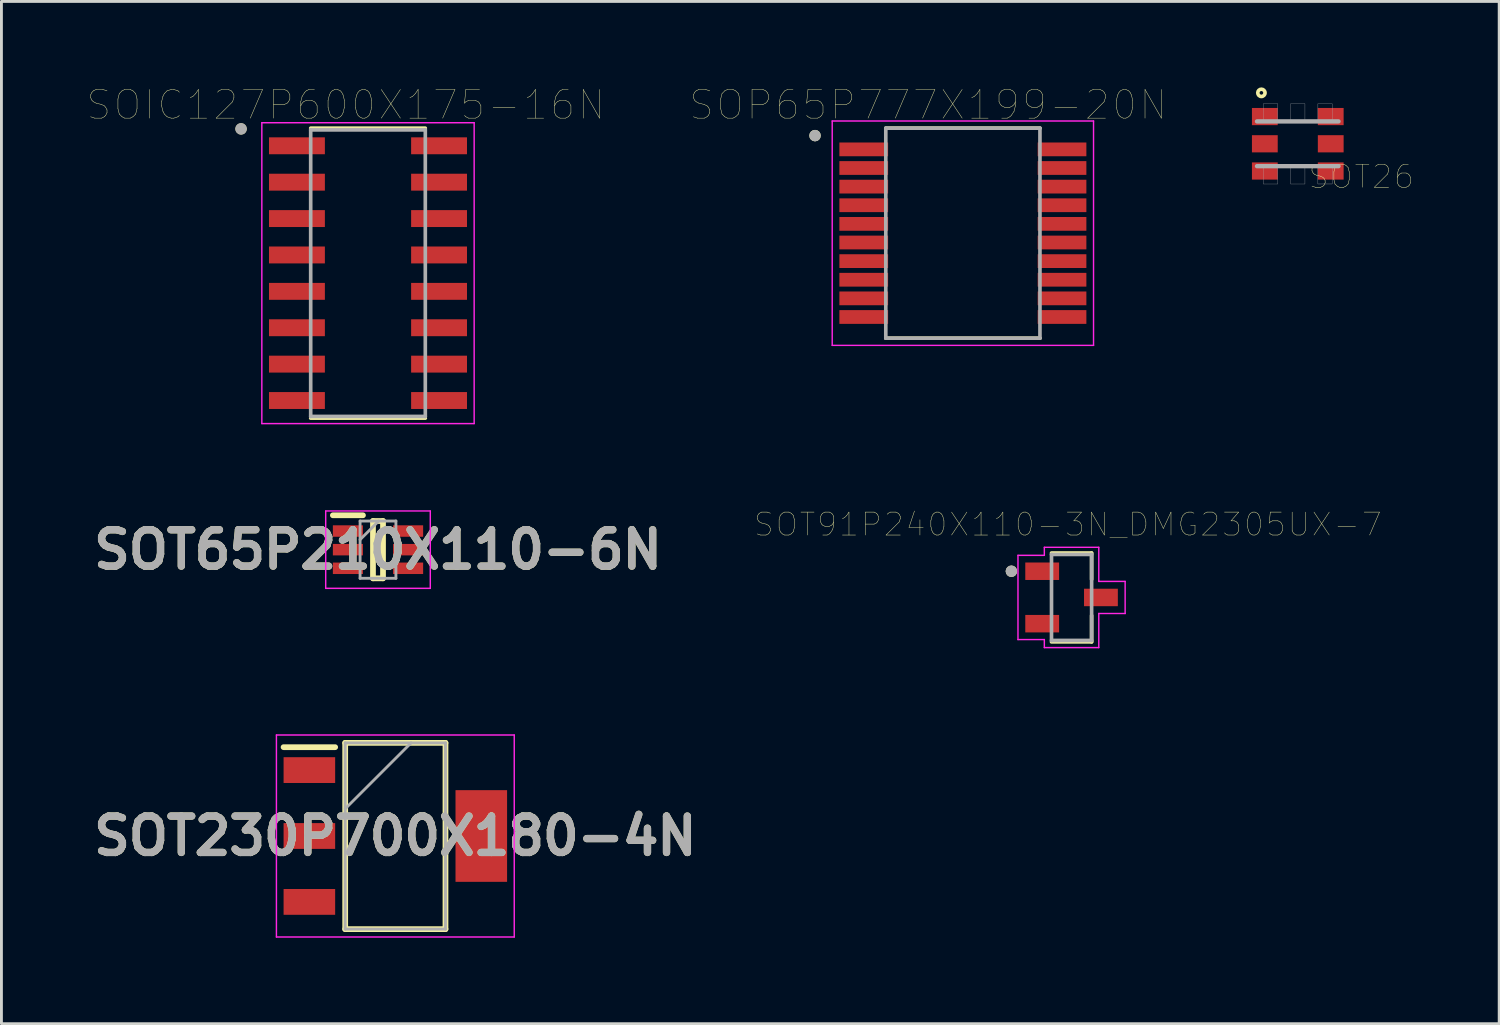
<source format=kicad_pcb>
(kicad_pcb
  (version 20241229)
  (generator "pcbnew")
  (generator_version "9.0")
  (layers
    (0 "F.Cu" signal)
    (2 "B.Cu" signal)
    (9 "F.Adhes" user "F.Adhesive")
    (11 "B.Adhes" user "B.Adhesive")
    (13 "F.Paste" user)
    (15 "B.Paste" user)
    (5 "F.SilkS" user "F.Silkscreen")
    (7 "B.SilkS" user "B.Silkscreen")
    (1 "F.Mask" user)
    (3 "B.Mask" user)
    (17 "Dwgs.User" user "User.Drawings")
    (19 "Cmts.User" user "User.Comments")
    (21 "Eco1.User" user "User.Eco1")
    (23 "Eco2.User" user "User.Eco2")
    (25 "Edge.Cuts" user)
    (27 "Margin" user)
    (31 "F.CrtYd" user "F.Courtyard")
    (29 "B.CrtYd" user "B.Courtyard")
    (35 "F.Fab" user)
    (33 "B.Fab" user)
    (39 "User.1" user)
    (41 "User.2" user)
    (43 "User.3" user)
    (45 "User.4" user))
  (footprint "SOT65P210X110-6N"
    (layer "F.Cu")
    (at 10.142 16.133)
    (property "Reference" "SOT65P210X110-6N" (at 0 0 0) (layer "F.SilkS") (effects (font (size 1.27 1.27) (thickness 0.254))))
    (attr smd)
    (fp_line (start -1.575 -1.2) (end -0.525 -1.2) (stroke (width 0.2) (type solid)) (layer "F.SilkS"))
    (fp_line (start -0.175 -1) (end 0.175 -1) (stroke (width 0.2) (type solid)) (layer "F.SilkS"))
    (fp_line (start -0.175 1) (end -0.175 -1) (stroke (width 0.2) (type solid)) (layer "F.SilkS"))
    (fp_line (start 0.175 -1) (end 0.175 1) (stroke (width 0.2) (type solid)) (layer "F.SilkS"))
    (fp_line (start 0.175 1) (end -0.175 1) (stroke (width 0.2) (type solid)) (layer "F.SilkS"))
    (fp_line (start -1.825 -1.35) (end 1.825 -1.35) (stroke (width 0.05) (type solid)) (layer "F.CrtYd"))
    (fp_line (start -1.825 1.35) (end -1.825 -1.35) (stroke (width 0.05) (type solid)) (layer "F.CrtYd"))
    (fp_line (start 1.825 -1.35) (end 1.825 1.35) (stroke (width 0.05) (type solid)) (layer "F.CrtYd"))
    (fp_line (start 1.825 1.35) (end -1.825 1.35) (stroke (width 0.05) (type solid)) (layer "F.CrtYd"))
    (fp_line (start -0.625 -1) (end 0.625 -1) (stroke (width 0.1) (type solid)) (layer "F.Fab"))
    (fp_line (start -0.625 -0.35) (end 0.025 -1) (stroke (width 0.1) (type solid)) (layer "F.Fab"))
    (fp_line (start -0.625 1) (end -0.625 -1) (stroke (width 0.1) (type solid)) (layer "F.Fab"))
    (fp_line (start 0.625 -1) (end 0.625 1) (stroke (width 0.1) (type solid)) (layer "F.Fab"))
    (fp_line (start 0.625 1) (end -0.625 1) (stroke (width 0.1) (type solid)) (layer "F.Fab"))
    (fp_text user "${REFERENCE}" (at 0 0 0) (layer "F.Fab") (effects (font (size 1.27 1.27) (thickness 0.254))))
    (pad "1" smd rect (at -1.05 -0.65 90) (size 0.4 1.05) (layers "F.Cu" "F.Mask" "F.Paste"))
    (pad "2" smd rect (at -1.05 0 90) (size 0.4 1.05) (layers "F.Cu" "F.Mask" "F.Paste"))
    (pad "3" smd rect (at -1.05 0.65 90) (size 0.4 1.05) (layers "F.Cu" "F.Mask" "F.Paste"))
    (pad "4" smd rect (at 1.05 0.65 90) (size 0.4 1.05) (layers "F.Cu" "F.Mask" "F.Paste"))
    (pad "5" smd rect (at 1.05 0 90) (size 0.4 1.05) (layers "F.Cu" "F.Mask" "F.Paste"))
    (pad "6" smd rect (at 1.05 -0.65 90) (size 0.4 1.05) (layers "F.Cu" "F.Mask" "F.Paste")))
  (footprint "SOT91P240X110-3N_DMG2305UX-7"
    (layer "F.Cu")
    (at 34.347 17.801)
    (property "Reference" "SOT91P240X110-3N_DMG2305UX-7" (at -0.13 -2.548 0) (layer "F.SilkS") (effects (font (size 0.8 0.8) (thickness 0.015))))
    (attr through_hole)
    (fp_line (start -0.7 -1.55) (end 0.7 -1.55) (stroke (width 0.127) (type solid)) (layer "F.SilkS"))
    (fp_line (start 0.7 -1.55) (end 0.7 -0.63) (stroke (width 0.127) (type solid)) (layer "F.SilkS"))
    (fp_line (start 0.7 0.63) (end 0.7 1.55) (stroke (width 0.127) (type solid)) (layer "F.SilkS"))
    (fp_line (start 0.7 1.55) (end -0.7 1.55) (stroke (width 0.127) (type solid)) (layer "F.SilkS"))
    (fp_circle (center -2.1 -0.915) (end -2 -0.915) (stroke (width 0.2) (type solid)) (fill no) (layer "F.SilkS"))
    (fp_line (start -1.87 -1.47) (end -0.95 -1.47) (stroke (width 0.05) (type solid)) (layer "F.CrtYd"))
    (fp_line (start -1.87 1.47) (end -1.87 -1.47) (stroke (width 0.05) (type solid)) (layer "F.CrtYd"))
    (fp_line (start -0.95 -1.75) (end 0.95 -1.75) (stroke (width 0.05) (type solid)) (layer "F.CrtYd"))
    (fp_line (start -0.95 -1.47) (end -0.95 -1.75) (stroke (width 0.05) (type solid)) (layer "F.CrtYd"))
    (fp_line (start -0.95 1.47) (end -1.87 1.47) (stroke (width 0.05) (type solid)) (layer "F.CrtYd"))
    (fp_line (start -0.95 1.75) (end -0.95 1.47) (stroke (width 0.05) (type solid)) (layer "F.CrtYd"))
    (fp_line (start 0.95 -1.75) (end 0.95 -0.56) (stroke (width 0.05) (type solid)) (layer "F.CrtYd"))
    (fp_line (start 0.95 -0.56) (end 1.87 -0.56) (stroke (width 0.05) (type solid)) (layer "F.CrtYd"))
    (fp_line (start 0.95 0.56) (end 0.95 1.75) (stroke (width 0.05) (type solid)) (layer "F.CrtYd"))
    (fp_line (start 0.95 1.75) (end -0.95 1.75) (stroke (width 0.05) (type solid)) (layer "F.CrtYd"))
    (fp_line (start 1.87 -0.56) (end 1.87 0.56) (stroke (width 0.05) (type solid)) (layer "F.CrtYd"))
    (fp_line (start 1.87 0.56) (end 0.95 0.56) (stroke (width 0.05) (type solid)) (layer "F.CrtYd"))
    (fp_line (start -0.7 -1.5) (end 0.7 -1.5) (stroke (width 0.127) (type solid)) (layer "F.Fab"))
    (fp_line (start -0.7 1.5) (end -0.7 -1.5) (stroke (width 0.127) (type solid)) (layer "F.Fab"))
    (fp_line (start 0.7 -1.5) (end 0.7 1.5) (stroke (width 0.127) (type solid)) (layer "F.Fab"))
    (fp_line (start 0.7 1.5) (end -0.7 1.5) (stroke (width 0.127) (type solid)) (layer "F.Fab"))
    (fp_circle (center -2.1 -0.915) (end -2 -0.915) (stroke (width 0.2) (type solid)) (fill no) (layer "F.Fab"))
    (pad "1" smd rect (at -1.025 -0.915) (size 1.18 0.61) (layers "F.Cu" "F.Mask" "F.Paste"))
    (pad "2" smd rect (at -1.025 0.915) (size 1.18 0.61) (layers "F.Cu" "F.Mask" "F.Paste"))
    (pad "3" smd rect (at 1.025 0) (size 1.18 0.61) (layers "F.Cu" "F.Mask" "F.Paste")))
  (footprint "SOT230P700X180-4N"
    (layer "F.Cu")
    (at 10.747 26.126)
    (property "Reference" "SOT230P700X180-4N" (at 0 0 0) (layer "F.SilkS") (effects (font (size 1.27 1.27) (thickness 0.254))))
    (attr smd)
    (fp_line (start -3.9 -3.1) (end -2.1 -3.1) (stroke (width 0.2) (type solid)) (layer "F.SilkS"))
    (fp_line (start -1.75 -3.25) (end 1.75 -3.25) (stroke (width 0.2) (type solid)) (layer "F.SilkS"))
    (fp_line (start -1.75 3.25) (end -1.75 -3.25) (stroke (width 0.2) (type solid)) (layer "F.SilkS"))
    (fp_line (start 1.75 -3.25) (end 1.75 3.25) (stroke (width 0.2) (type solid)) (layer "F.SilkS"))
    (fp_line (start 1.75 3.25) (end -1.75 3.25) (stroke (width 0.2) (type solid)) (layer "F.SilkS"))
    (fp_line (start -4.15 -3.525) (end 4.15 -3.525) (stroke (width 0.05) (type solid)) (layer "F.CrtYd"))
    (fp_line (start -4.15 3.525) (end -4.15 -3.525) (stroke (width 0.05) (type solid)) (layer "F.CrtYd"))
    (fp_line (start 4.15 -3.525) (end 4.15 3.525) (stroke (width 0.05) (type solid)) (layer "F.CrtYd"))
    (fp_line (start 4.15 3.525) (end -4.15 3.525) (stroke (width 0.05) (type solid)) (layer "F.CrtYd"))
    (fp_line (start -1.75 -3.25) (end 1.75 -3.25) (stroke (width 0.1) (type solid)) (layer "F.Fab"))
    (fp_line (start -1.75 -0.95) (end 0.55 -3.25) (stroke (width 0.1) (type solid)) (layer "F.Fab"))
    (fp_line (start -1.75 3.25) (end -1.75 -3.25) (stroke (width 0.1) (type solid)) (layer "F.Fab"))
    (fp_line (start 1.75 -3.25) (end 1.75 3.25) (stroke (width 0.1) (type solid)) (layer "F.Fab"))
    (fp_line (start 1.75 3.25) (end -1.75 3.25) (stroke (width 0.1) (type solid)) (layer "F.Fab"))
    (fp_text user "${REFERENCE}" (at 0 0 0) (layer "F.Fab") (effects (font (size 1.27 1.27) (thickness 0.254))))
    (pad "1" smd rect (at -3 -2.3 90) (size 0.9 1.8) (layers "F.Cu" "F.Mask" "F.Paste"))
    (pad "2" smd rect (at -3 0 90) (size 0.9 1.8) (layers "F.Cu" "F.Mask" "F.Paste"))
    (pad "3" smd rect (at -3 2.3 90) (size 0.9 1.8) (layers "F.Cu" "F.Mask" "F.Paste"))
    (pad "4" smd rect (at 3 0) (size 1.8 3.2) (layers "F.Cu" "F.Mask" "F.Paste")))
  (footprint "SOP65P777X199-20N"
    (layer "F.Cu")
    (at 30.554 5.088)
    (property "Reference" "SOP65P777X199-20N" (at -1.215 -4.477 0) (layer "F.SilkS") (effects (font (size 1 1) (thickness 0.015))))
    (attr through_hole)
    (fp_line (start -2.69 -3.665) (end 2.69 -3.665) (stroke (width 0.127) (type solid)) (layer "F.SilkS"))
    (fp_line (start -2.69 3.665) (end 2.69 3.665) (stroke (width 0.127) (type solid)) (layer "F.SilkS"))
    (fp_circle (center -5.16 -3.405) (end -5.06 -3.405) (stroke (width 0.2) (type solid)) (fill no) (layer "F.SilkS"))
    (fp_line (start -4.56 -3.915) (end -4.56 3.915) (stroke (width 0.05) (type solid)) (layer "F.CrtYd"))
    (fp_line (start -4.56 -3.915) (end 4.56 -3.915) (stroke (width 0.05) (type solid)) (layer "F.CrtYd"))
    (fp_line (start -4.56 3.915) (end 4.56 3.915) (stroke (width 0.05) (type solid)) (layer "F.CrtYd"))
    (fp_line (start 4.56 -3.915) (end 4.56 3.915) (stroke (width 0.05) (type solid)) (layer "F.CrtYd"))
    (fp_line (start -2.69 -3.665) (end -2.69 3.665) (stroke (width 0.127) (type solid)) (layer "F.Fab"))
    (fp_line (start -2.69 -3.665) (end 2.69 -3.665) (stroke (width 0.127) (type solid)) (layer "F.Fab"))
    (fp_line (start -2.69 3.665) (end 2.69 3.665) (stroke (width 0.127) (type solid)) (layer "F.Fab"))
    (fp_line (start 2.69 -3.665) (end 2.69 3.665) (stroke (width 0.127) (type solid)) (layer "F.Fab"))
    (fp_circle (center -5.16 -3.405) (end -5.06 -3.405) (stroke (width 0.2) (type solid)) (fill no) (layer "F.Fab"))
    (pad "1" smd rect (at -3.46 -2.925) (size 1.7 0.48) (layers "F.Cu" "F.Mask" "F.Paste"))
    (pad "2" smd rect (at -3.46 -2.275) (size 1.7 0.48) (layers "F.Cu" "F.Mask" "F.Paste"))
    (pad "3" smd rect (at -3.46 -1.625) (size 1.7 0.48) (layers "F.Cu" "F.Mask" "F.Paste"))
    (pad "4" smd rect (at -3.46 -0.975) (size 1.7 0.48) (layers "F.Cu" "F.Mask" "F.Paste"))
    (pad "5" smd rect (at -3.46 -0.325) (size 1.7 0.48) (layers "F.Cu" "F.Mask" "F.Paste"))
    (pad "6" smd rect (at -3.46 0.325) (size 1.7 0.48) (layers "F.Cu" "F.Mask" "F.Paste"))
    (pad "7" smd rect (at -3.46 0.975) (size 1.7 0.48) (layers "F.Cu" "F.Mask" "F.Paste"))
    (pad "8" smd rect (at -3.46 1.625) (size 1.7 0.48) (layers "F.Cu" "F.Mask" "F.Paste"))
    (pad "9" smd rect (at -3.46 2.275) (size 1.7 0.48) (layers "F.Cu" "F.Mask" "F.Paste"))
    (pad "10" smd rect (at -3.46 2.925) (size 1.7 0.48) (layers "F.Cu" "F.Mask" "F.Paste"))
    (pad "11" smd rect (at 3.46 2.925) (size 1.7 0.48) (layers "F.Cu" "F.Mask" "F.Paste"))
    (pad "12" smd rect (at 3.46 2.275) (size 1.7 0.48) (layers "F.Cu" "F.Mask" "F.Paste"))
    (pad "13" smd rect (at 3.46 1.625) (size 1.7 0.48) (layers "F.Cu" "F.Mask" "F.Paste"))
    (pad "14" smd rect (at 3.46 0.975) (size 1.7 0.48) (layers "F.Cu" "F.Mask" "F.Paste"))
    (pad "15" smd rect (at 3.46 0.325) (size 1.7 0.48) (layers "F.Cu" "F.Mask" "F.Paste"))
    (pad "16" smd rect (at 3.46 -0.325) (size 1.7 0.48) (layers "F.Cu" "F.Mask" "F.Paste"))
    (pad "17" smd rect (at 3.46 -0.975) (size 1.7 0.48) (layers "F.Cu" "F.Mask" "F.Paste"))
    (pad "18" smd rect (at 3.46 -1.625) (size 1.7 0.48) (layers "F.Cu" "F.Mask" "F.Paste"))
    (pad "19" smd rect (at 3.46 -2.275) (size 1.7 0.48) (layers "F.Cu" "F.Mask" "F.Paste"))
    (pad "20" smd rect (at 3.46 -2.925) (size 1.7 0.48) (layers "F.Cu" "F.Mask" "F.Paste")))
  (footprint "SOIC127P600X175-16N"
    (layer "F.Cu")
    (at 9.793 6.483)
    (property "Reference" "SOIC127P600X175-16N" (at -0.775 -5.872 0) (layer "F.SilkS") (effects (font (size 1 1) (thickness 0.015))))
    (attr through_hole)
    (fp_line (start -2 -5.06) (end 2 -5.06) (stroke (width 0.127) (type solid)) (layer "F.SilkS"))
    (fp_line (start -2 5.06) (end 2 5.06) (stroke (width 0.127) (type solid)) (layer "F.SilkS"))
    (fp_circle (center -4.43 -5.035) (end -4.33 -5.035) (stroke (width 0.2) (type solid)) (fill no) (layer "F.SilkS"))
    (fp_line (start -3.705 -5.25) (end -3.705 5.25) (stroke (width 0.05) (type solid)) (layer "F.CrtYd"))
    (fp_line (start -3.705 -5.25) (end 3.705 -5.25) (stroke (width 0.05) (type solid)) (layer "F.CrtYd"))
    (fp_line (start -3.705 5.25) (end 3.705 5.25) (stroke (width 0.05) (type solid)) (layer "F.CrtYd"))
    (fp_line (start 3.705 -5.25) (end 3.705 5.25) (stroke (width 0.05) (type solid)) (layer "F.CrtYd"))
    (fp_line (start -2 -5) (end -2 5) (stroke (width 0.127) (type solid)) (layer "F.Fab"))
    (fp_line (start -2 -5) (end 2 -5) (stroke (width 0.127) (type solid)) (layer "F.Fab"))
    (fp_line (start -2 5) (end 2 5) (stroke (width 0.127) (type solid)) (layer "F.Fab"))
    (fp_line (start 2 -5) (end 2 5) (stroke (width 0.127) (type solid)) (layer "F.Fab"))
    (fp_circle (center -4.43 -5.035) (end -4.33 -5.035) (stroke (width 0.2) (type solid)) (fill no) (layer "F.Fab"))
    (pad "1" smd rect (at -2.48 -4.445) (size 1.95 0.59) (layers "F.Cu" "F.Mask" "F.Paste"))
    (pad "2" smd rect (at -2.48 -3.175) (size 1.95 0.59) (layers "F.Cu" "F.Mask" "F.Paste"))
    (pad "3" smd rect (at -2.48 -1.905) (size 1.95 0.59) (layers "F.Cu" "F.Mask" "F.Paste"))
    (pad "4" smd rect (at -2.48 -0.635) (size 1.95 0.59) (layers "F.Cu" "F.Mask" "F.Paste"))
    (pad "5" smd rect (at -2.48 0.635) (size 1.95 0.59) (layers "F.Cu" "F.Mask" "F.Paste"))
    (pad "6" smd rect (at -2.48 1.905) (size 1.95 0.59) (layers "F.Cu" "F.Mask" "F.Paste"))
    (pad "7" smd rect (at -2.48 3.175) (size 1.95 0.59) (layers "F.Cu" "F.Mask" "F.Paste"))
    (pad "8" smd rect (at -2.48 4.445) (size 1.95 0.59) (layers "F.Cu" "F.Mask" "F.Paste"))
    (pad "9" smd rect (at 2.48 4.445) (size 1.95 0.59) (layers "F.Cu" "F.Mask" "F.Paste"))
    (pad "10" smd rect (at 2.48 3.175) (size 1.95 0.59) (layers "F.Cu" "F.Mask" "F.Paste"))
    (pad "11" smd rect (at 2.48 1.905) (size 1.95 0.59) (layers "F.Cu" "F.Mask" "F.Paste"))
    (pad "12" smd rect (at 2.48 0.635) (size 1.95 0.59) (layers "F.Cu" "F.Mask" "F.Paste"))
    (pad "13" smd rect (at 2.48 -0.635) (size 1.95 0.59) (layers "F.Cu" "F.Mask" "F.Paste"))
    (pad "14" smd rect (at 2.48 -1.905) (size 1.95 0.59) (layers "F.Cu" "F.Mask" "F.Paste"))
    (pad "15" smd rect (at 2.48 -3.175) (size 1.95 0.59) (layers "F.Cu" "F.Mask" "F.Paste"))
    (pad "16" smd rect (at 2.48 -4.445) (size 1.95 0.59) (layers "F.Cu" "F.Mask" "F.Paste")))
  (footprint "SOT26"
    (layer "F.Cu")
    (at 42.242 1.968)
    (property "Reference" "SOT26" (at 2.215 1.146 180) (layer "F.SilkS") (effects (font (size 0.802 0.802) (thickness 0.015))))
    (attr through_hole)
    (fp_circle (center -1.27 -1.778) (end -1.143 -1.778) (stroke (width 0.127) (type solid)) (fill no) (layer "F.SilkS"))
    (fp_line (start -1.423 -0.781) (end 1.422 -0.781) (stroke (width 0.152) (type solid)) (layer "F.Fab"))
    (fp_line (start 1.422 0.781) (end -1.423 0.781) (stroke (width 0.152) (type solid)) (layer "F.Fab"))
    (fp_poly (pts (xy -1.203 0.8) (xy -0.7 0.8) (xy -0.7 1.404) (xy -1.203 1.404)) (stroke (width 0.01) (type solid)) (fill no) (layer "F.Fab"))
    (fp_poly (pts (xy -1.202 -1.4) (xy -0.7 -1.4) (xy -0.7 -0.802) (xy -1.202 -0.802)) (stroke (width 0.01) (type solid)) (fill no) (layer "F.Fab"))
    (fp_poly (pts (xy -0.25 0.8) (xy 0.25 0.8) (xy 0.25 1.403) (xy -0.25 1.403)) (stroke (width 0.01) (type solid)) (fill no) (layer "F.Fab"))
    (fp_poly (pts (xy -0.25 -1.4) (xy 0.25 -1.4) (xy 0.25 -0.801) (xy -0.25 -0.801)) (stroke (width 0.01) (type solid)) (fill no) (layer "F.Fab"))
    (fp_poly (pts (xy 0.701 0.8) (xy 1.2 0.8) (xy 1.2 1.402) (xy 0.701 1.402)) (stroke (width 0.01) (type solid)) (fill no) (layer "F.Fab"))
    (fp_poly (pts (xy 0.702 -1.4) (xy 1.2 -1.4) (xy 1.2 -0.802) (xy 0.702 -0.802)) (stroke (width 0.01) (type solid)) (fill no) (layer "F.Fab"))
    (pad "1" smd rect (at -1.15 -0.95) (size 0.9 0.6) (layers "F.Cu" "F.Mask" "F.Paste"))
    (pad "2" smd rect (at -1.15 0) (size 0.9 0.6) (layers "F.Cu" "F.Mask" "F.Paste"))
    (pad "3" smd rect (at -1.15 0.95) (size 0.9 0.6) (layers "F.Cu" "F.Mask" "F.Paste"))
    (pad "4" smd rect (at 1.15 0.95) (size 0.9 0.6) (layers "F.Cu" "F.Mask" "F.Paste"))
    (pad "5" smd rect (at 1.15 0) (size 0.9 0.6) (layers "F.Cu" "F.Mask" "F.Paste"))
    (pad "6" smd rect (at 1.15 -0.95) (size 0.9 0.6) (layers "F.Cu" "F.Mask" "F.Paste")))
  (gr_rect
    (start -3 -3)
    (end 49.271 32.676)
    (stroke (width 0.1) (type default))
    (fill no)
    (layer "Edge.Cuts")))
</source>
